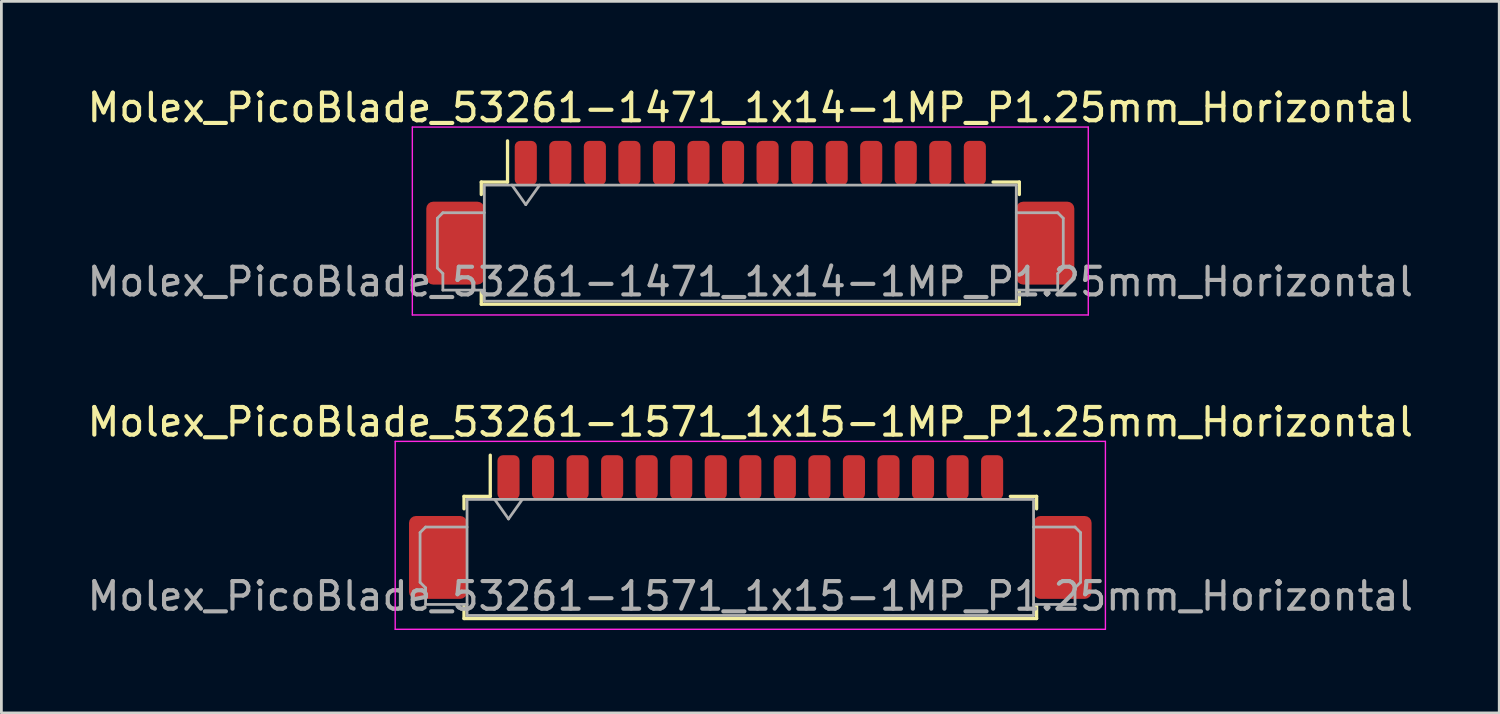
<source format=kicad_pcb>
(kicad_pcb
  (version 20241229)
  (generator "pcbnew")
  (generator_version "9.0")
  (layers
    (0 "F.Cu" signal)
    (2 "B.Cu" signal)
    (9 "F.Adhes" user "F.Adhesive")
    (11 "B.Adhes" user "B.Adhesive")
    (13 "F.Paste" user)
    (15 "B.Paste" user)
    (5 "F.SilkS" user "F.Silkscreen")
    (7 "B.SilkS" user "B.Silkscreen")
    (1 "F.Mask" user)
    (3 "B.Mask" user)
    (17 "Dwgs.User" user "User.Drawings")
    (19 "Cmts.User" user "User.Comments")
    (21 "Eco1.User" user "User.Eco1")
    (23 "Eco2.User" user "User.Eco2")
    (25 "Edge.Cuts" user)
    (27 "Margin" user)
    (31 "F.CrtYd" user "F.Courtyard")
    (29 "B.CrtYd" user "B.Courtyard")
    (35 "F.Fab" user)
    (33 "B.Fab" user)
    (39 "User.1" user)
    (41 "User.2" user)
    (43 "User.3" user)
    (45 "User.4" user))
  (footprint "Molex_PicoBlade_53261-1571_1x15-1MP_P1.25mm_Horizontal"
    (layer "F.Cu")
    (at 24.101 16.622)
    (property "Reference" "Molex_PicoBlade_53261-1571_1x15-1MP_P1.25mm_Horizontal" (at 0 -4.4 0) (layer "F.SilkS") (effects (font (size 1 1) (thickness 0.15))))
    (attr smd)
    (fp_line (start -10.36 -1.71) (end -9.41 -1.71) (stroke (width 0.12) (type solid)) (layer "F.SilkS"))
    (fp_line (start -10.36 -1.26) (end -10.36 -1.71) (stroke (width 0.12) (type solid)) (layer "F.SilkS"))
    (fp_line (start -10.36 2.26) (end -10.36 2.71) (stroke (width 0.12) (type solid)) (layer "F.SilkS"))
    (fp_line (start -10.36 2.71) (end 10.36 2.71) (stroke (width 0.12) (type solid)) (layer "F.SilkS"))
    (fp_line (start -9.41 -1.71) (end -9.41 -3.2) (stroke (width 0.12) (type solid)) (layer "F.SilkS"))
    (fp_line (start 10.36 -1.71) (end 9.41 -1.71) (stroke (width 0.12) (type solid)) (layer "F.SilkS"))
    (fp_line (start 10.36 -1.26) (end 10.36 -1.71) (stroke (width 0.12) (type solid)) (layer "F.SilkS"))
    (fp_line (start 10.36 2.71) (end 10.36 2.26) (stroke (width 0.12) (type solid)) (layer "F.SilkS"))
    (fp_line (start -12.85 -3.7) (end -12.85 3.1) (stroke (width 0.05) (type solid)) (layer "F.CrtYd"))
    (fp_line (start -12.85 3.1) (end 12.85 3.1) (stroke (width 0.05) (type solid)) (layer "F.CrtYd"))
    (fp_line (start 12.85 -3.7) (end -12.85 -3.7) (stroke (width 0.05) (type solid)) (layer "F.CrtYd"))
    (fp_line (start 12.85 3.1) (end 12.85 -3.7) (stroke (width 0.05) (type solid)) (layer "F.CrtYd"))
    (fp_line (start -11.95 -0.4) (end -11.95 1.4) (stroke (width 0.1) (type solid)) (layer "F.Fab"))
    (fp_line (start -11.95 1.4) (end -11.75 1.6) (stroke (width 0.1) (type solid)) (layer "F.Fab"))
    (fp_line (start -11.75 -0.6) (end -11.95 -0.4) (stroke (width 0.1) (type solid)) (layer "F.Fab"))
    (fp_line (start -11.75 1.6) (end -11.75 2.2) (stroke (width 0.1) (type solid)) (layer "F.Fab"))
    (fp_line (start -11.75 2.2) (end -10.25 2.2) (stroke (width 0.1) (type solid)) (layer "F.Fab"))
    (fp_line (start -10.25 -1.6) (end -10.25 2.6) (stroke (width 0.1) (type solid)) (layer "F.Fab"))
    (fp_line (start -10.25 -1.6) (end 10.25 -1.6) (stroke (width 0.1) (type solid)) (layer "F.Fab"))
    (fp_line (start -10.25 -0.6) (end -11.75 -0.6) (stroke (width 0.1) (type solid)) (layer "F.Fab"))
    (fp_line (start -10.25 2.6) (end 10.25 2.6) (stroke (width 0.1) (type solid)) (layer "F.Fab"))
    (fp_line (start -9.25 -1.6) (end -8.75 -0.893) (stroke (width 0.1) (type solid)) (layer "F.Fab"))
    (fp_line (start -8.75 -0.893) (end -8.25 -1.6) (stroke (width 0.1) (type solid)) (layer "F.Fab"))
    (fp_line (start 10.25 -1.6) (end 10.25 2.6) (stroke (width 0.1) (type solid)) (layer "F.Fab"))
    (fp_line (start 10.25 -0.6) (end 11.75 -0.6) (stroke (width 0.1) (type solid)) (layer "F.Fab"))
    (fp_line (start 11.75 -0.6) (end 11.95 -0.4) (stroke (width 0.1) (type solid)) (layer "F.Fab"))
    (fp_line (start 11.75 1.6) (end 11.75 2.2) (stroke (width 0.1) (type solid)) (layer "F.Fab"))
    (fp_line (start 11.75 2.2) (end 10.25 2.2) (stroke (width 0.1) (type solid)) (layer "F.Fab"))
    (fp_line (start 11.95 -0.4) (end 11.95 1.4) (stroke (width 0.1) (type solid)) (layer "F.Fab"))
    (fp_line (start 11.95 1.4) (end 11.75 1.6) (stroke (width 0.1) (type solid)) (layer "F.Fab"))
    (fp_text user "${REFERENCE}" (at 0 1.9 0) (layer "F.Fab") (effects (font (size 1 1) (thickness 0.15))))
    (pad "1" smd roundrect (at -8.75 -2.4) (size 0.8 1.6) (layers "F.Cu" "F.Mask" "F.Paste") (roundrect_rratio 0.25))
    (pad "2" smd roundrect (at -7.5 -2.4) (size 0.8 1.6) (layers "F.Cu" "F.Mask" "F.Paste") (roundrect_rratio 0.25))
    (pad "3" smd roundrect (at -6.25 -2.4) (size 0.8 1.6) (layers "F.Cu" "F.Mask" "F.Paste") (roundrect_rratio 0.25))
    (pad "4" smd roundrect (at -5 -2.4) (size 0.8 1.6) (layers "F.Cu" "F.Mask" "F.Paste") (roundrect_rratio 0.25))
    (pad "5" smd roundrect (at -3.75 -2.4) (size 0.8 1.6) (layers "F.Cu" "F.Mask" "F.Paste") (roundrect_rratio 0.25))
    (pad "6" smd roundrect (at -2.5 -2.4) (size 0.8 1.6) (layers "F.Cu" "F.Mask" "F.Paste") (roundrect_rratio 0.25))
    (pad "7" smd roundrect (at -1.25 -2.4) (size 0.8 1.6) (layers "F.Cu" "F.Mask" "F.Paste") (roundrect_rratio 0.25))
    (pad "8" smd roundrect (at 0 -2.4) (size 0.8 1.6) (layers "F.Cu" "F.Mask" "F.Paste") (roundrect_rratio 0.25))
    (pad "9" smd roundrect (at 1.25 -2.4) (size 0.8 1.6) (layers "F.Cu" "F.Mask" "F.Paste") (roundrect_rratio 0.25))
    (pad "10" smd roundrect (at 2.5 -2.4) (size 0.8 1.6) (layers "F.Cu" "F.Mask" "F.Paste") (roundrect_rratio 0.25))
    (pad "11" smd roundrect (at 3.75 -2.4) (size 0.8 1.6) (layers "F.Cu" "F.Mask" "F.Paste") (roundrect_rratio 0.25))
    (pad "12" smd roundrect (at 5 -2.4) (size 0.8 1.6) (layers "F.Cu" "F.Mask" "F.Paste") (roundrect_rratio 0.25))
    (pad "13" smd roundrect (at 6.25 -2.4) (size 0.8 1.6) (layers "F.Cu" "F.Mask" "F.Paste") (roundrect_rratio 0.25))
    (pad "14" smd roundrect (at 7.5 -2.4) (size 0.8 1.6) (layers "F.Cu" "F.Mask" "F.Paste") (roundrect_rratio 0.25))
    (pad "15" smd roundrect (at 8.75 -2.4) (size 0.8 1.6) (layers "F.Cu" "F.Mask" "F.Paste") (roundrect_rratio 0.25))
    (pad "MP" smd roundrect (at -11.3 0.5) (size 2.1 3) (layers "F.Cu" "F.Mask" "F.Paste") (roundrect_rratio 0.119))
    (pad "MP" smd roundrect (at 11.3 0.5) (size 2.1 3) (layers "F.Cu" "F.Mask" "F.Paste") (roundrect_rratio 0.119)))
  (footprint "Molex_PicoBlade_53261-1471_1x14-1MP_P1.25mm_Horizontal"
    (layer "F.Cu")
    (at 24.101 5.248)
    (property "Reference" "Molex_PicoBlade_53261-1471_1x14-1MP_P1.25mm_Horizontal" (at 0 -4.4 0) (layer "F.SilkS") (effects (font (size 1 1) (thickness 0.15))))
    (attr smd)
    (fp_line (start -9.735 -1.71) (end -8.785 -1.71) (stroke (width 0.12) (type solid)) (layer "F.SilkS"))
    (fp_line (start -9.735 -1.26) (end -9.735 -1.71) (stroke (width 0.12) (type solid)) (layer "F.SilkS"))
    (fp_line (start -9.735 2.26) (end -9.735 2.71) (stroke (width 0.12) (type solid)) (layer "F.SilkS"))
    (fp_line (start -9.735 2.71) (end 9.735 2.71) (stroke (width 0.12) (type solid)) (layer "F.SilkS"))
    (fp_line (start -8.785 -1.71) (end -8.785 -3.2) (stroke (width 0.12) (type solid)) (layer "F.SilkS"))
    (fp_line (start 9.735 -1.71) (end 8.785 -1.71) (stroke (width 0.12) (type solid)) (layer "F.SilkS"))
    (fp_line (start 9.735 -1.26) (end 9.735 -1.71) (stroke (width 0.12) (type solid)) (layer "F.SilkS"))
    (fp_line (start 9.735 2.71) (end 9.735 2.26) (stroke (width 0.12) (type solid)) (layer "F.SilkS"))
    (fp_line (start -12.23 -3.7) (end -12.23 3.1) (stroke (width 0.05) (type solid)) (layer "F.CrtYd"))
    (fp_line (start -12.23 3.1) (end 12.23 3.1) (stroke (width 0.05) (type solid)) (layer "F.CrtYd"))
    (fp_line (start 12.23 -3.7) (end -12.23 -3.7) (stroke (width 0.05) (type solid)) (layer "F.CrtYd"))
    (fp_line (start 12.23 3.1) (end 12.23 -3.7) (stroke (width 0.05) (type solid)) (layer "F.CrtYd"))
    (fp_line (start -11.325 -0.4) (end -11.325 1.4) (stroke (width 0.1) (type solid)) (layer "F.Fab"))
    (fp_line (start -11.325 1.4) (end -11.125 1.6) (stroke (width 0.1) (type solid)) (layer "F.Fab"))
    (fp_line (start -11.125 -0.6) (end -11.325 -0.4) (stroke (width 0.1) (type solid)) (layer "F.Fab"))
    (fp_line (start -11.125 1.6) (end -11.125 2.2) (stroke (width 0.1) (type solid)) (layer "F.Fab"))
    (fp_line (start -11.125 2.2) (end -9.625 2.2) (stroke (width 0.1) (type solid)) (layer "F.Fab"))
    (fp_line (start -9.625 -1.6) (end -9.625 2.6) (stroke (width 0.1) (type solid)) (layer "F.Fab"))
    (fp_line (start -9.625 -1.6) (end 9.625 -1.6) (stroke (width 0.1) (type solid)) (layer "F.Fab"))
    (fp_line (start -9.625 -0.6) (end -11.125 -0.6) (stroke (width 0.1) (type solid)) (layer "F.Fab"))
    (fp_line (start -9.625 2.6) (end 9.625 2.6) (stroke (width 0.1) (type solid)) (layer "F.Fab"))
    (fp_line (start -8.625 -1.6) (end -8.125 -0.893) (stroke (width 0.1) (type solid)) (layer "F.Fab"))
    (fp_line (start -8.125 -0.893) (end -7.625 -1.6) (stroke (width 0.1) (type solid)) (layer "F.Fab"))
    (fp_line (start 9.625 -1.6) (end 9.625 2.6) (stroke (width 0.1) (type solid)) (layer "F.Fab"))
    (fp_line (start 9.625 -0.6) (end 11.125 -0.6) (stroke (width 0.1) (type solid)) (layer "F.Fab"))
    (fp_line (start 11.125 -0.6) (end 11.325 -0.4) (stroke (width 0.1) (type solid)) (layer "F.Fab"))
    (fp_line (start 11.125 1.6) (end 11.125 2.2) (stroke (width 0.1) (type solid)) (layer "F.Fab"))
    (fp_line (start 11.125 2.2) (end 9.625 2.2) (stroke (width 0.1) (type solid)) (layer "F.Fab"))
    (fp_line (start 11.325 -0.4) (end 11.325 1.4) (stroke (width 0.1) (type solid)) (layer "F.Fab"))
    (fp_line (start 11.325 1.4) (end 11.125 1.6) (stroke (width 0.1) (type solid)) (layer "F.Fab"))
    (fp_text user "${REFERENCE}" (at 0 1.9 0) (layer "F.Fab") (effects (font (size 1 1) (thickness 0.15))))
    (pad "1" smd roundrect (at -8.125 -2.4) (size 0.8 1.6) (layers "F.Cu" "F.Mask" "F.Paste") (roundrect_rratio 0.25))
    (pad "2" smd roundrect (at -6.875 -2.4) (size 0.8 1.6) (layers "F.Cu" "F.Mask" "F.Paste") (roundrect_rratio 0.25))
    (pad "3" smd roundrect (at -5.625 -2.4) (size 0.8 1.6) (layers "F.Cu" "F.Mask" "F.Paste") (roundrect_rratio 0.25))
    (pad "4" smd roundrect (at -4.375 -2.4) (size 0.8 1.6) (layers "F.Cu" "F.Mask" "F.Paste") (roundrect_rratio 0.25))
    (pad "5" smd roundrect (at -3.125 -2.4) (size 0.8 1.6) (layers "F.Cu" "F.Mask" "F.Paste") (roundrect_rratio 0.25))
    (pad "6" smd roundrect (at -1.875 -2.4) (size 0.8 1.6) (layers "F.Cu" "F.Mask" "F.Paste") (roundrect_rratio 0.25))
    (pad "7" smd roundrect (at -0.625 -2.4) (size 0.8 1.6) (layers "F.Cu" "F.Mask" "F.Paste") (roundrect_rratio 0.25))
    (pad "8" smd roundrect (at 0.625 -2.4) (size 0.8 1.6) (layers "F.Cu" "F.Mask" "F.Paste") (roundrect_rratio 0.25))
    (pad "9" smd roundrect (at 1.875 -2.4) (size 0.8 1.6) (layers "F.Cu" "F.Mask" "F.Paste") (roundrect_rratio 0.25))
    (pad "10" smd roundrect (at 3.125 -2.4) (size 0.8 1.6) (layers "F.Cu" "F.Mask" "F.Paste") (roundrect_rratio 0.25))
    (pad "11" smd roundrect (at 4.375 -2.4) (size 0.8 1.6) (layers "F.Cu" "F.Mask" "F.Paste") (roundrect_rratio 0.25))
    (pad "12" smd roundrect (at 5.625 -2.4) (size 0.8 1.6) (layers "F.Cu" "F.Mask" "F.Paste") (roundrect_rratio 0.25))
    (pad "13" smd roundrect (at 6.875 -2.4) (size 0.8 1.6) (layers "F.Cu" "F.Mask" "F.Paste") (roundrect_rratio 0.25))
    (pad "14" smd roundrect (at 8.125 -2.4) (size 0.8 1.6) (layers "F.Cu" "F.Mask" "F.Paste") (roundrect_rratio 0.25))
    (pad "MP" smd roundrect (at -10.675 0.5) (size 2.1 3) (layers "F.Cu" "F.Mask" "F.Paste") (roundrect_rratio 0.119))
    (pad "MP" smd roundrect (at 10.675 0.5) (size 2.1 3) (layers "F.Cu" "F.Mask" "F.Paste") (roundrect_rratio 0.119)))
  (gr_rect
    (start -3 -3)
    (end 51.202 22.747)
    (stroke (width 0.1) (type default))
    (fill no)
    (layer "Edge.Cuts")))
</source>
